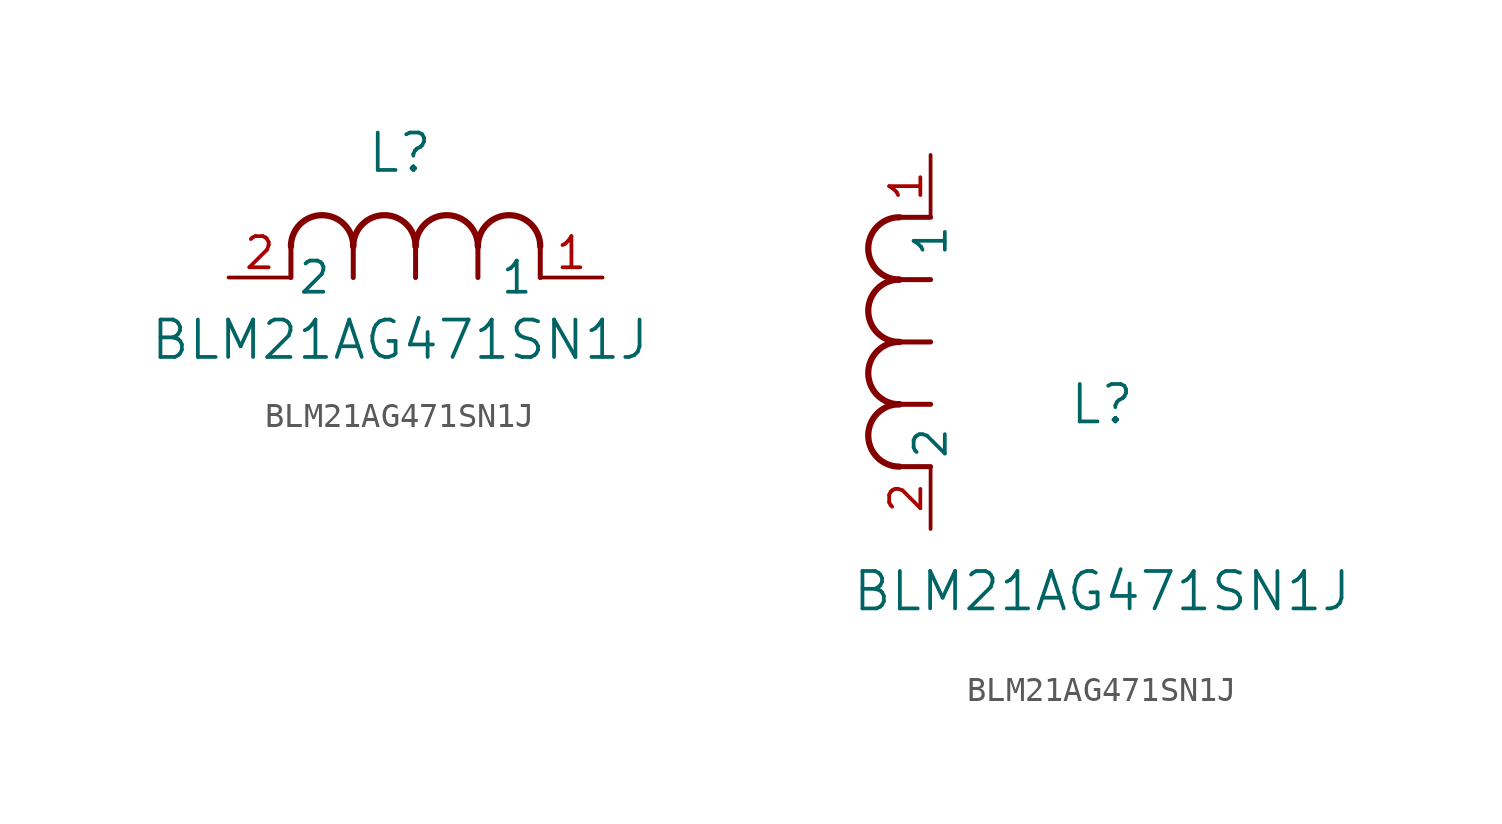
<source format=kicad_sym>
(kicad_symbol_lib
  (version 20211014)
  (generator kicad_symbol_editor)
  (symbol "BLM21AG471SN1J"
    (pin_names
      (offset 0.254))
    (property "Reference" "L"
      (at 6.985 5.08 0)
      (effects (font (size 1.524 1.524))))
    (property "Value" "BLM21AG471SN1J"
      (at 6.985 -2.54 0)
      (effects (font (size 1.524 1.524))))
    (symbol "BLM21AG471SN1J_1_1"
      (arc (start 7.62 1.27) (mid 6.35 2.54) (end 5.08 1.27) (stroke (width 0.254) (type default) (color 0 0 0 0)) (fill (type none)))
      (polyline (pts (xy 5.08 0) (xy 5.08 1.27)) (stroke (width 0.203) (type default) (color 0 0 0 0)) (fill (type none)))
      (polyline (pts (xy 7.62 0) (xy 7.62 1.27)) (stroke (width 0.203) (type default) (color 0 0 0 0)) (fill (type none)))
      (polyline (pts (xy 12.7 0) (xy 12.7 1.27)) (stroke (width 0.203) (type default) (color 0 0 0 0)) (fill (type none)))
      (arc (start 5.08 1.27) (mid 3.81 2.54) (end 2.54 1.27) (stroke (width 0.254) (type default) (color 0 0 0 0)) (fill (type none)))
      (arc (start 10.16 1.27) (mid 8.89 2.54) (end 7.62 1.27) (stroke (width 0.254) (type default) (color 0 0 0 0)) (fill (type none)))
      (arc (start 12.7 1.27) (mid 11.43 2.54) (end 10.16 1.27) (stroke (width 0.254) (type default) (color 0 0 0 0)) (fill (type none)))
      (polyline (pts (xy 2.54 0) (xy 2.54 1.27)) (stroke (width 0.203) (type default) (color 0 0 0 0)) (fill (type none)))
      (polyline (pts (xy 10.16 0) (xy 10.16 1.27)) (stroke (width 0.203) (type default) (color 0 0 0 0)) (fill (type none)))
      (pin unspecified line (at 0 0 0) (length 2.54) (name "2" (effects (font (size 1.27 1.27)))) (number "2" (effects (font (size 1.27 1.27)))))
      (pin unspecified line (at 15.24 0 180) (length 2.54) (name "1" (effects (font (size 1.27 1.27)))) (number "1" (effects (font (size 1.27 1.27))))))
    (symbol "BLM21AG471SN1J_1_2"
      (arc (start -1.27 7.62) (mid -2.54 6.35) (end -1.27 5.08) (stroke (width 0.254) (type default) (color 0 0 0 0)) (fill (type none)))
      (arc (start -1.27 5.08) (mid -2.54 3.81) (end -1.27 2.54) (stroke (width 0.254) (type default) (color 0 0 0 0)) (fill (type none)))
      (arc (start -1.27 12.7) (mid -2.54 11.43) (end -1.27 10.16) (stroke (width 0.254) (type default) (color 0 0 0 0)) (fill (type none)))
      (arc (start -1.27 10.16) (mid -2.54 8.89) (end -1.27 7.62) (stroke (width 0.254) (type default) (color 0 0 0 0)) (fill (type none)))
      (polyline (pts (xy 0 7.62) (xy -1.27 7.62)) (stroke (width 0.203) (type default) (color 0 0 0 0)) (fill (type none)))
      (polyline (pts (xy 0 5.08) (xy -1.27 5.08)) (stroke (width 0.203) (type default) (color 0 0 0 0)) (fill (type none)))
      (polyline (pts (xy 0 12.7) (xy -1.27 12.7)) (stroke (width 0.203) (type default) (color 0 0 0 0)) (fill (type none)))
      (polyline (pts (xy 0 2.54) (xy -1.27 2.54)) (stroke (width 0.203) (type default) (color 0 0 0 0)) (fill (type none)))
      (polyline (pts (xy 0 10.16) (xy -1.27 10.16)) (stroke (width 0.203) (type default) (color 0 0 0 0)) (fill (type none)))
      (pin unspecified line (at 0 0 90) (length 2.54) (name "2" (effects (font (size 1.27 1.27)))) (number "2" (effects (font (size 1.27 1.27)))))
      (pin unspecified line (at 0 15.24 270) (length 2.54) (name "1" (effects (font (size 1.27 1.27)))) (number "1" (effects (font (size 1.27 1.27))))))))
</source>
